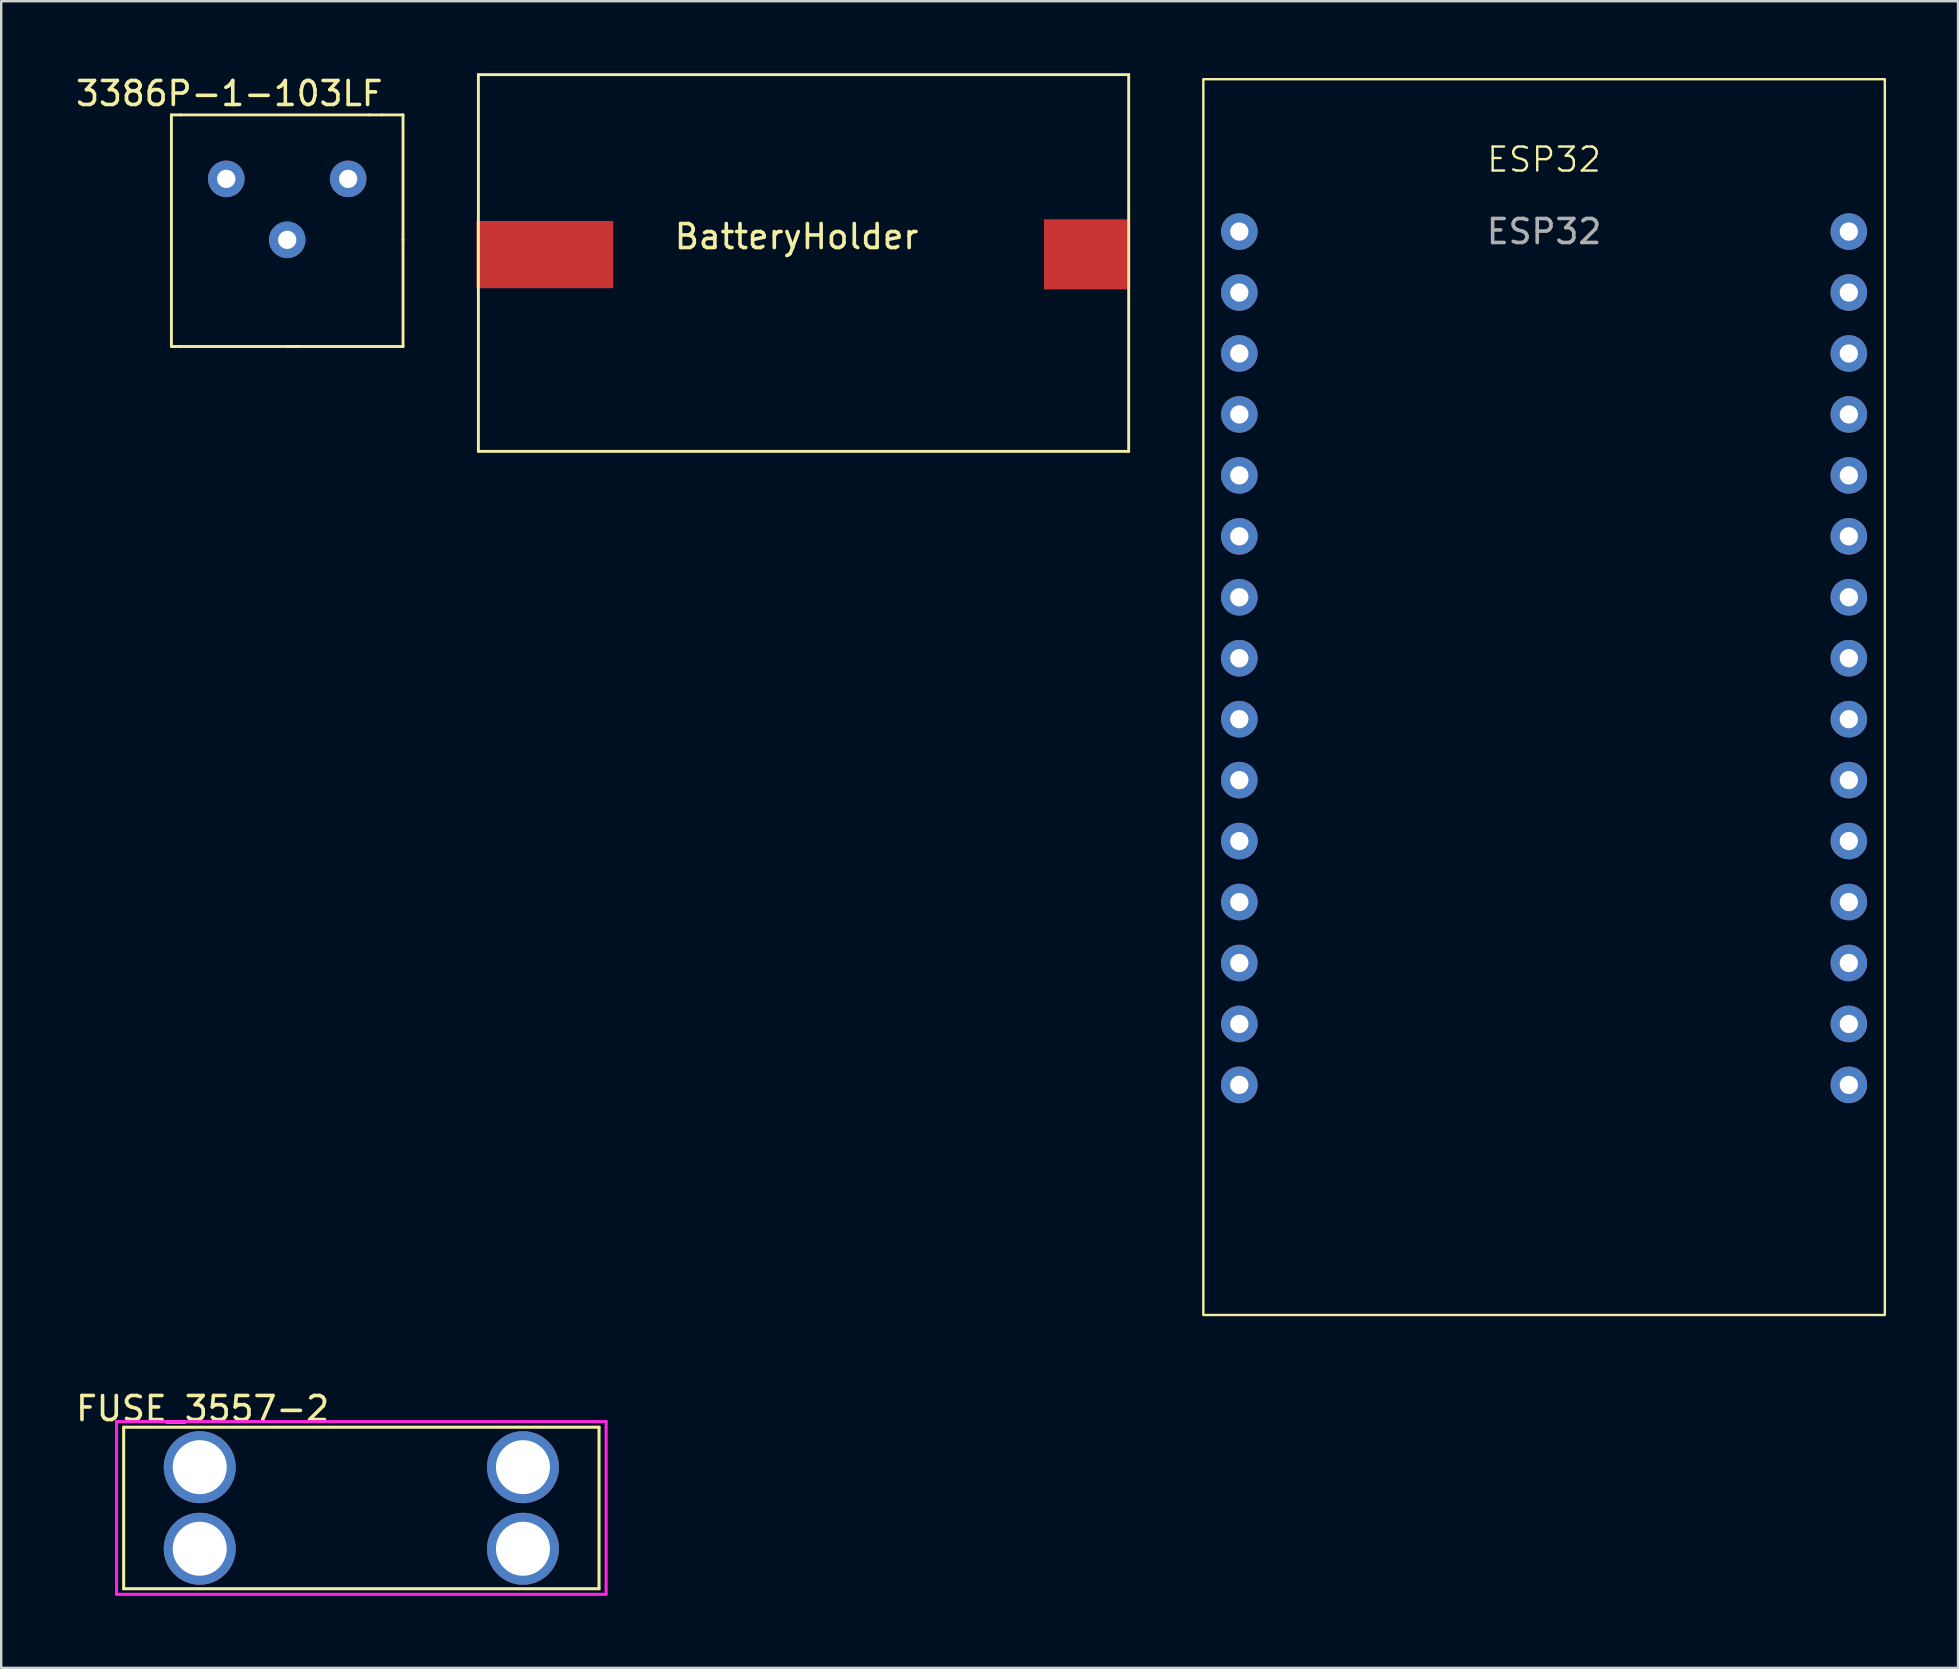
<source format=kicad_pcb>
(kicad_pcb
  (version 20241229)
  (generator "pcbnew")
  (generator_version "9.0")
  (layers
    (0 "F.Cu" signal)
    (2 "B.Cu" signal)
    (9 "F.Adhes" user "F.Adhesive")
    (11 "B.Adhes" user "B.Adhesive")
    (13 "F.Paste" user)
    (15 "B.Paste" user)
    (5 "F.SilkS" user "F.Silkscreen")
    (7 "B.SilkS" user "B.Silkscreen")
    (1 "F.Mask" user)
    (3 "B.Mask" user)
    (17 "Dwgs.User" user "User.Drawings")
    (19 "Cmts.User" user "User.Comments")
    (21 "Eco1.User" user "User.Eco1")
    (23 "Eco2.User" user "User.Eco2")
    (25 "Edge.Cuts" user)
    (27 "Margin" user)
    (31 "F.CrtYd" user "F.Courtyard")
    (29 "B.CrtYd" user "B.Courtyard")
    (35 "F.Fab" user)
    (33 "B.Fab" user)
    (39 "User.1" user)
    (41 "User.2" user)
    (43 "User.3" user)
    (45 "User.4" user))
  (footprint "BatteryHolder"
    (layer "F.Cu")
    (at 39.585 7.56)
    (property "Reference" "BatteryHolder" (at -9.44 -0.75 0) (unlocked yes) (layer "F.SilkS") (effects (font (size 1 1) (thickness 0.15))))
    (attr smd)
    (fp_line (start -22.7 -7.5) (end -22.7 8.2) (stroke (width 0.12) (type solid)) (layer "F.SilkS"))
    (fp_line (start -22.7 -7.5) (end 4.4 -7.5) (stroke (width 0.12) (type solid)) (layer "F.SilkS"))
    (fp_line (start -22.7 8.2) (end 4.4 8.2) (stroke (width 0.12) (type solid)) (layer "F.SilkS"))
    (fp_line (start 4.4 -7.5) (end 4.4 8.2) (stroke (width 0.12) (type solid)) (layer "F.SilkS"))
    (pad "1" smd rect (at 2.665 -0.01) (size 3.59 2.92) (layers "F.Cu" "F.Mask" "F.Paste"))
    (pad "2" smd rect (at -19.93 0) (size 5.7 2.8) (layers "F.Cu" "F.Mask" "F.Paste")))
  (footprint "ESP32"
    (layer "F.Cu")
    (at 61.295 0.25)
    (property "Reference" "ESP32" (at 0 3.35 0) (unlocked yes) (layer "F.SilkS") (effects (font (size 1 1) (thickness 0.1))))
    (attr through_hole)
    (fp_rect (start -14.2 0) (end 14.2 51.5) (stroke (width 0.1) (type default)) (fill no) (layer "F.SilkS"))
    (fp_text user "${REFERENCE}" (at 0 6.35 0) (unlocked yes) (layer "F.Fab") (effects (font (size 1 1) (thickness 0.15))))
    (pad "1" thru_hole circle (at -12.7 6.35) (size 1.524 1.524) (drill 0.762) (layers "*.Cu" "*.Mask"))
    (pad "2" thru_hole circle (at -12.7 8.89) (size 1.524 1.524) (drill 0.762) (layers "*.Cu" "*.Mask"))
    (pad "3" thru_hole circle (at -12.7 11.43) (size 1.524 1.524) (drill 0.762) (layers "*.Cu" "*.Mask"))
    (pad "4" thru_hole circle (at -12.7 13.97) (size 1.524 1.524) (drill 0.762) (layers "*.Cu" "*.Mask"))
    (pad "5" thru_hole circle (at -12.7 16.51) (size 1.524 1.524) (drill 0.762) (layers "*.Cu" "*.Mask"))
    (pad "6" thru_hole circle (at -12.7 19.05) (size 1.524 1.524) (drill 0.762) (layers "*.Cu" "*.Mask"))
    (pad "7" thru_hole circle (at -12.7 21.59) (size 1.524 1.524) (drill 0.762) (layers "*.Cu" "*.Mask"))
    (pad "8" thru_hole circle (at -12.7 24.13) (size 1.524 1.524) (drill 0.762) (layers "*.Cu" "*.Mask"))
    (pad "9" thru_hole circle (at -12.7 26.67) (size 1.524 1.524) (drill 0.762) (layers "*.Cu" "*.Mask"))
    (pad "10" thru_hole circle (at -12.7 29.21) (size 1.524 1.524) (drill 0.762) (layers "*.Cu" "*.Mask"))
    (pad "11" thru_hole circle (at -12.7 31.75) (size 1.524 1.524) (drill 0.762) (layers "*.Cu" "*.Mask"))
    (pad "12" thru_hole circle (at -12.7 34.29) (size 1.524 1.524) (drill 0.762) (layers "*.Cu" "*.Mask"))
    (pad "13" thru_hole circle (at -12.7 36.83) (size 1.524 1.524) (drill 0.762) (layers "*.Cu" "*.Mask"))
    (pad "14" thru_hole circle (at -12.7 39.37) (size 1.524 1.524) (drill 0.762) (layers "*.Cu" "*.Mask"))
    (pad "15" thru_hole circle (at -12.7 41.91) (size 1.524 1.524) (drill 0.762) (layers "*.Cu" "*.Mask"))
    (pad "16" thru_hole circle (at 12.7 41.91) (size 1.524 1.524) (drill 0.762) (layers "*.Cu" "*.Mask"))
    (pad "17" thru_hole circle (at 12.7 39.37) (size 1.524 1.524) (drill 0.762) (layers "*.Cu" "*.Mask"))
    (pad "18" thru_hole circle (at 12.7 36.83) (size 1.524 1.524) (drill 0.762) (layers "*.Cu" "*.Mask"))
    (pad "19" thru_hole circle (at 12.7 34.29) (size 1.524 1.524) (drill 0.762) (layers "*.Cu" "*.Mask"))
    (pad "20" thru_hole circle (at 12.7 31.75) (size 1.524 1.524) (drill 0.762) (layers "*.Cu" "*.Mask"))
    (pad "21" thru_hole circle (at 12.7 29.21) (size 1.524 1.524) (drill 0.762) (layers "*.Cu" "*.Mask"))
    (pad "22" thru_hole circle (at 12.7 26.67) (size 1.524 1.524) (drill 0.762) (layers "*.Cu" "*.Mask"))
    (pad "23" thru_hole circle (at 12.7 24.13) (size 1.524 1.524) (drill 0.762) (layers "*.Cu" "*.Mask"))
    (pad "24" thru_hole circle (at 12.7 21.59) (size 1.524 1.524) (drill 0.762) (layers "*.Cu" "*.Mask"))
    (pad "25" thru_hole circle (at 12.7 19.05) (size 1.524 1.524) (drill 0.762) (layers "*.Cu" "*.Mask"))
    (pad "26" thru_hole circle (at 12.7 16.51) (size 1.524 1.524) (drill 0.762) (layers "*.Cu" "*.Mask"))
    (pad "27" thru_hole circle (at 12.7 13.97) (size 1.524 1.524) (drill 0.762) (layers "*.Cu" "*.Mask"))
    (pad "28" thru_hole circle (at 12.7 11.43) (size 1.524 1.524) (drill 0.762) (layers "*.Cu" "*.Mask"))
    (pad "29" thru_hole circle (at 12.7 8.89) (size 1.524 1.524) (drill 0.762) (layers "*.Cu" "*.Mask"))
    (pad "30" thru_hole circle (at 12.7 6.35) (size 1.524 1.524) (drill 0.762) (layers "*.Cu" "*.Mask")))
  (footprint "FUSE_3557-2"
    (layer "F.Cu")
    (at 12.008 59.79)
    (property "Reference" "FUSE_3557-2" (at -6.614 -4.141 0) (layer "F.SilkS") (effects (font (size 1.001 1.001) (thickness 0.15))))
    (attr through_hole)
    (fp_line (start -9.905 -3.365) (end -9.905 3.365) (stroke (width 0.127) (type solid)) (layer "F.SilkS"))
    (fp_line (start -9.905 3.365) (end 9.905 3.365) (stroke (width 0.127) (type solid)) (layer "F.SilkS"))
    (fp_line (start 9.905 -3.365) (end -9.905 -3.365) (stroke (width 0.127) (type solid)) (layer "F.SilkS"))
    (fp_line (start 9.905 3.365) (end 9.905 -3.365) (stroke (width 0.127) (type solid)) (layer "F.SilkS"))
    (fp_line (start -10.2 -3.6) (end 10.2 -3.6) (stroke (width 0.127) (type solid)) (layer "F.CrtYd"))
    (fp_line (start -10.2 3.6) (end -10.2 -3.6) (stroke (width 0.127) (type solid)) (layer "F.CrtYd"))
    (fp_line (start 10.2 -3.6) (end 10.2 3.6) (stroke (width 0.127) (type solid)) (layer "F.CrtYd"))
    (fp_line (start 10.2 3.6) (end -10.2 3.6) (stroke (width 0.127) (type solid)) (layer "F.CrtYd"))
    (pad "1" thru_hole circle (at -6.735 -1.7) (size 3 3) (drill 2.25) (layers "*.Cu" "*.Mask"))
    (pad "1" thru_hole circle (at -6.735 1.7) (size 3 3) (drill 2.25) (layers "*.Cu" "*.Mask"))
    (pad "2" thru_hole circle (at 6.735 -1.7) (size 3 3) (drill 2.25) (layers "*.Cu" "*.Mask"))
    (pad "2" thru_hole circle (at 6.735 1.7) (size 3 3) (drill 2.25) (layers "*.Cu" "*.Mask")))
  (footprint "3386P-1-103LF"
    (layer "F.Cu")
    (at 6.379 4.404)
    (property "Reference" "3386P-1-103LF" (at 0.127 -3.556 0) (layer "F.SilkS") (effects (font (size 1 1) (thickness 0.15))))
    (attr through_hole)
    (fp_line (start -2.286 6.985) (end -2.286 -2.667) (stroke (width 0.12) (type solid)) (layer "F.SilkS"))
    (fp_line (start -2.286 6.985) (end -1.905 6.985) (stroke (width 0.12) (type solid)) (layer "F.SilkS"))
    (fp_line (start -1.905 -2.667) (end -2.286 -2.667) (stroke (width 0.12) (type solid)) (layer "F.SilkS"))
    (fp_line (start -1.905 -2.667) (end 5.969 -2.667) (stroke (width 0.12) (type solid)) (layer "F.SilkS"))
    (fp_line (start 2.54 6.985) (end -1.905 6.985) (stroke (width 0.12) (type solid)) (layer "F.SilkS"))
    (fp_line (start 2.54 6.985) (end 3.048 6.985) (stroke (width 0.12) (type solid)) (layer "F.SilkS"))
    (fp_line (start 3.048 6.985) (end 2.54 6.985) (stroke (width 0.12) (type solid)) (layer "F.SilkS"))
    (fp_line (start 6.477 -2.667) (end 5.969 -2.667) (stroke (width 0.12) (type solid)) (layer "F.SilkS"))
    (fp_line (start 7.366 -2.667) (end 6.477 -2.667) (stroke (width 0.12) (type solid)) (layer "F.SilkS"))
    (fp_line (start 7.366 2.54) (end 7.366 -2.667) (stroke (width 0.12) (type solid)) (layer "F.SilkS"))
    (fp_line (start 7.366 2.54) (end 7.366 6.985) (stroke (width 0.12) (type solid)) (layer "F.SilkS"))
    (fp_line (start 7.366 6.985) (end 3.048 6.985) (stroke (width 0.12) (type solid)) (layer "F.SilkS"))
    (pad "1" thru_hole circle (at 5.08 0) (size 1.524 1.524) (drill 0.762) (layers "*.Cu" "*.Mask"))
    (pad "2" thru_hole circle (at 2.54 2.54) (size 1.524 1.524) (drill 0.762) (layers "*.Cu" "*.Mask"))
    (pad "3" thru_hole circle (at 0 0) (size 1.524 1.524) (drill 0.762) (layers "*.Cu" "*.Mask")))
  (gr_rect
    (start -3 -3)
    (end 78.545 66.453)
    (stroke (width 0.1) (type default))
    (fill no)
    (layer "Edge.Cuts")))
</source>
